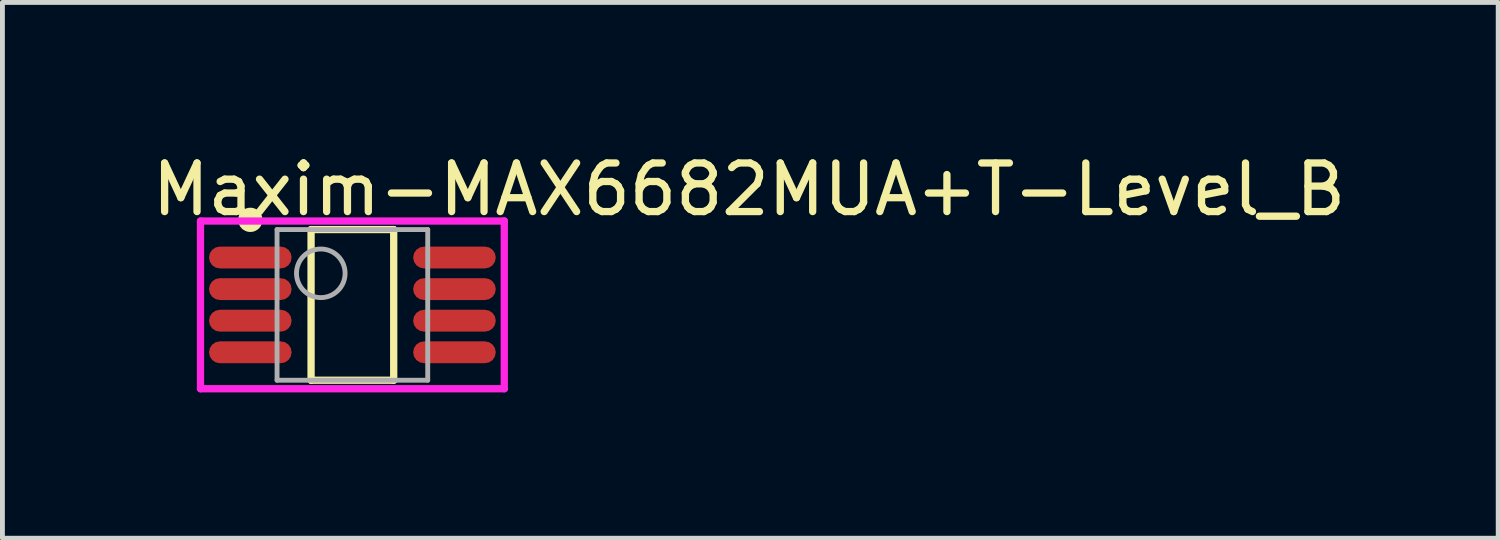
<source format=kicad_pcb>
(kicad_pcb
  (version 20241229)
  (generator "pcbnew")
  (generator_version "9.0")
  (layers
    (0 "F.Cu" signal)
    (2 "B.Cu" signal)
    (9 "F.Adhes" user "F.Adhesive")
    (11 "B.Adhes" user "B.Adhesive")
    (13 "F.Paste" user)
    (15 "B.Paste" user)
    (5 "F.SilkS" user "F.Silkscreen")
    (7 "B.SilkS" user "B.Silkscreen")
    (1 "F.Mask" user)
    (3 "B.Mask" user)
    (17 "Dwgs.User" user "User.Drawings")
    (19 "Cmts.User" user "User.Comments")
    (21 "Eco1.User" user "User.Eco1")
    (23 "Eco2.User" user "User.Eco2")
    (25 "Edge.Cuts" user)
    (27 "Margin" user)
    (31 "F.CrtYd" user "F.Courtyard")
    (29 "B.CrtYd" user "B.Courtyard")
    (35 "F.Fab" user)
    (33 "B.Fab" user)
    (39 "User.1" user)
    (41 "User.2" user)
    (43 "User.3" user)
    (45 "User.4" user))
  (footprint "Maxim-MAX6682MUA+T-Level_B"
    (layer "F.Cu")
    (at 4.2 3.223)
    (property "Reference" "Maxim-MAX6682MUA+T-Level_B" (at -4.2 -2.375 0) (layer "F.SilkS") (effects (font (size 1 1) (thickness 0.15)) (justify left)))
    (attr through_hole)
    (fp_line (start -0.85 -1.55) (end 0.85 -1.55) (stroke (width 0.15) (type solid)) (layer "F.SilkS"))
    (fp_line (start -0.85 1.55) (end -0.85 -1.55) (stroke (width 0.15) (type solid)) (layer "F.SilkS"))
    (fp_line (start -0.85 1.55) (end 0.85 1.55) (stroke (width 0.15) (type solid)) (layer "F.SilkS"))
    (fp_line (start 0.85 1.55) (end 0.85 -1.55) (stroke (width 0.15) (type solid)) (layer "F.SilkS"))
    (fp_circle (center -2.1 -1.75) (end -1.975 -1.75) (stroke (width 0.25) (type solid)) (fill no) (layer "F.SilkS"))
    (fp_line (start -3.125 -1.725) (end -3.125 1.725) (stroke (width 0.15) (type solid)) (layer "F.CrtYd"))
    (fp_line (start -3.125 1.725) (end 3.125 1.725) (stroke (width 0.15) (type solid)) (layer "F.CrtYd"))
    (fp_line (start 3.125 -1.725) (end -3.125 -1.725) (stroke (width 0.15) (type solid)) (layer "F.CrtYd"))
    (fp_line (start 3.125 -1.725) (end 3.125 -1.725) (stroke (width 0.15) (type solid)) (layer "F.CrtYd"))
    (fp_line (start 3.125 1.725) (end 3.125 -1.725) (stroke (width 0.15) (type solid)) (layer "F.CrtYd"))
    (fp_line (start -1.55 -1.55) (end 1.55 -1.55) (stroke (width 0.1) (type solid)) (layer "F.Fab"))
    (fp_line (start -1.55 1.55) (end -1.55 -1.55) (stroke (width 0.1) (type solid)) (layer "F.Fab"))
    (fp_line (start -1.55 1.55) (end 1.55 1.55) (stroke (width 0.1) (type solid)) (layer "F.Fab"))
    (fp_line (start 1.55 1.55) (end 1.55 -1.55) (stroke (width 0.1) (type solid)) (layer "F.Fab"))
    (fp_circle (center -0.65 -0.65) (end -0.15 -0.65) (stroke (width 0.1) (type solid)) (fill no) (layer "F.Fab"))
    (pad "1" smd roundrect (at -2.1 -0.975 270) (size 0.45 1.7) (layers "F.Cu" "F.Mask" "F.Paste") (roundrect_rratio 0.5))
    (pad "2" smd roundrect (at -2.1 -0.325 270) (size 0.45 1.7) (layers "F.Cu" "F.Mask" "F.Paste") (roundrect_rratio 0.5))
    (pad "3" smd roundrect (at -2.1 0.325 270) (size 0.45 1.7) (layers "F.Cu" "F.Mask" "F.Paste") (roundrect_rratio 0.5))
    (pad "4" smd roundrect (at -2.1 0.975 270) (size 0.45 1.7) (layers "F.Cu" "F.Mask" "F.Paste") (roundrect_rratio 0.5))
    (pad "5" smd roundrect (at 2.1 0.975 270) (size 0.45 1.7) (layers "F.Cu" "F.Mask" "F.Paste") (roundrect_rratio 0.5))
    (pad "6" smd roundrect (at 2.1 0.325 270) (size 0.45 1.7) (layers "F.Cu" "F.Mask" "F.Paste") (roundrect_rratio 0.5))
    (pad "7" smd roundrect (at 2.1 -0.325 270) (size 0.45 1.7) (layers "F.Cu" "F.Mask" "F.Paste") (roundrect_rratio 0.5))
    (pad "8" smd roundrect (at 2.1 -0.975 270) (size 0.45 1.7) (layers "F.Cu" "F.Mask" "F.Paste") (roundrect_rratio 0.5)))
  (gr_rect
    (start -3 -3)
    (end 27.774 8.023)
    (stroke (width 0.1) (type default))
    (fill no)
    (layer "Edge.Cuts")))
</source>
